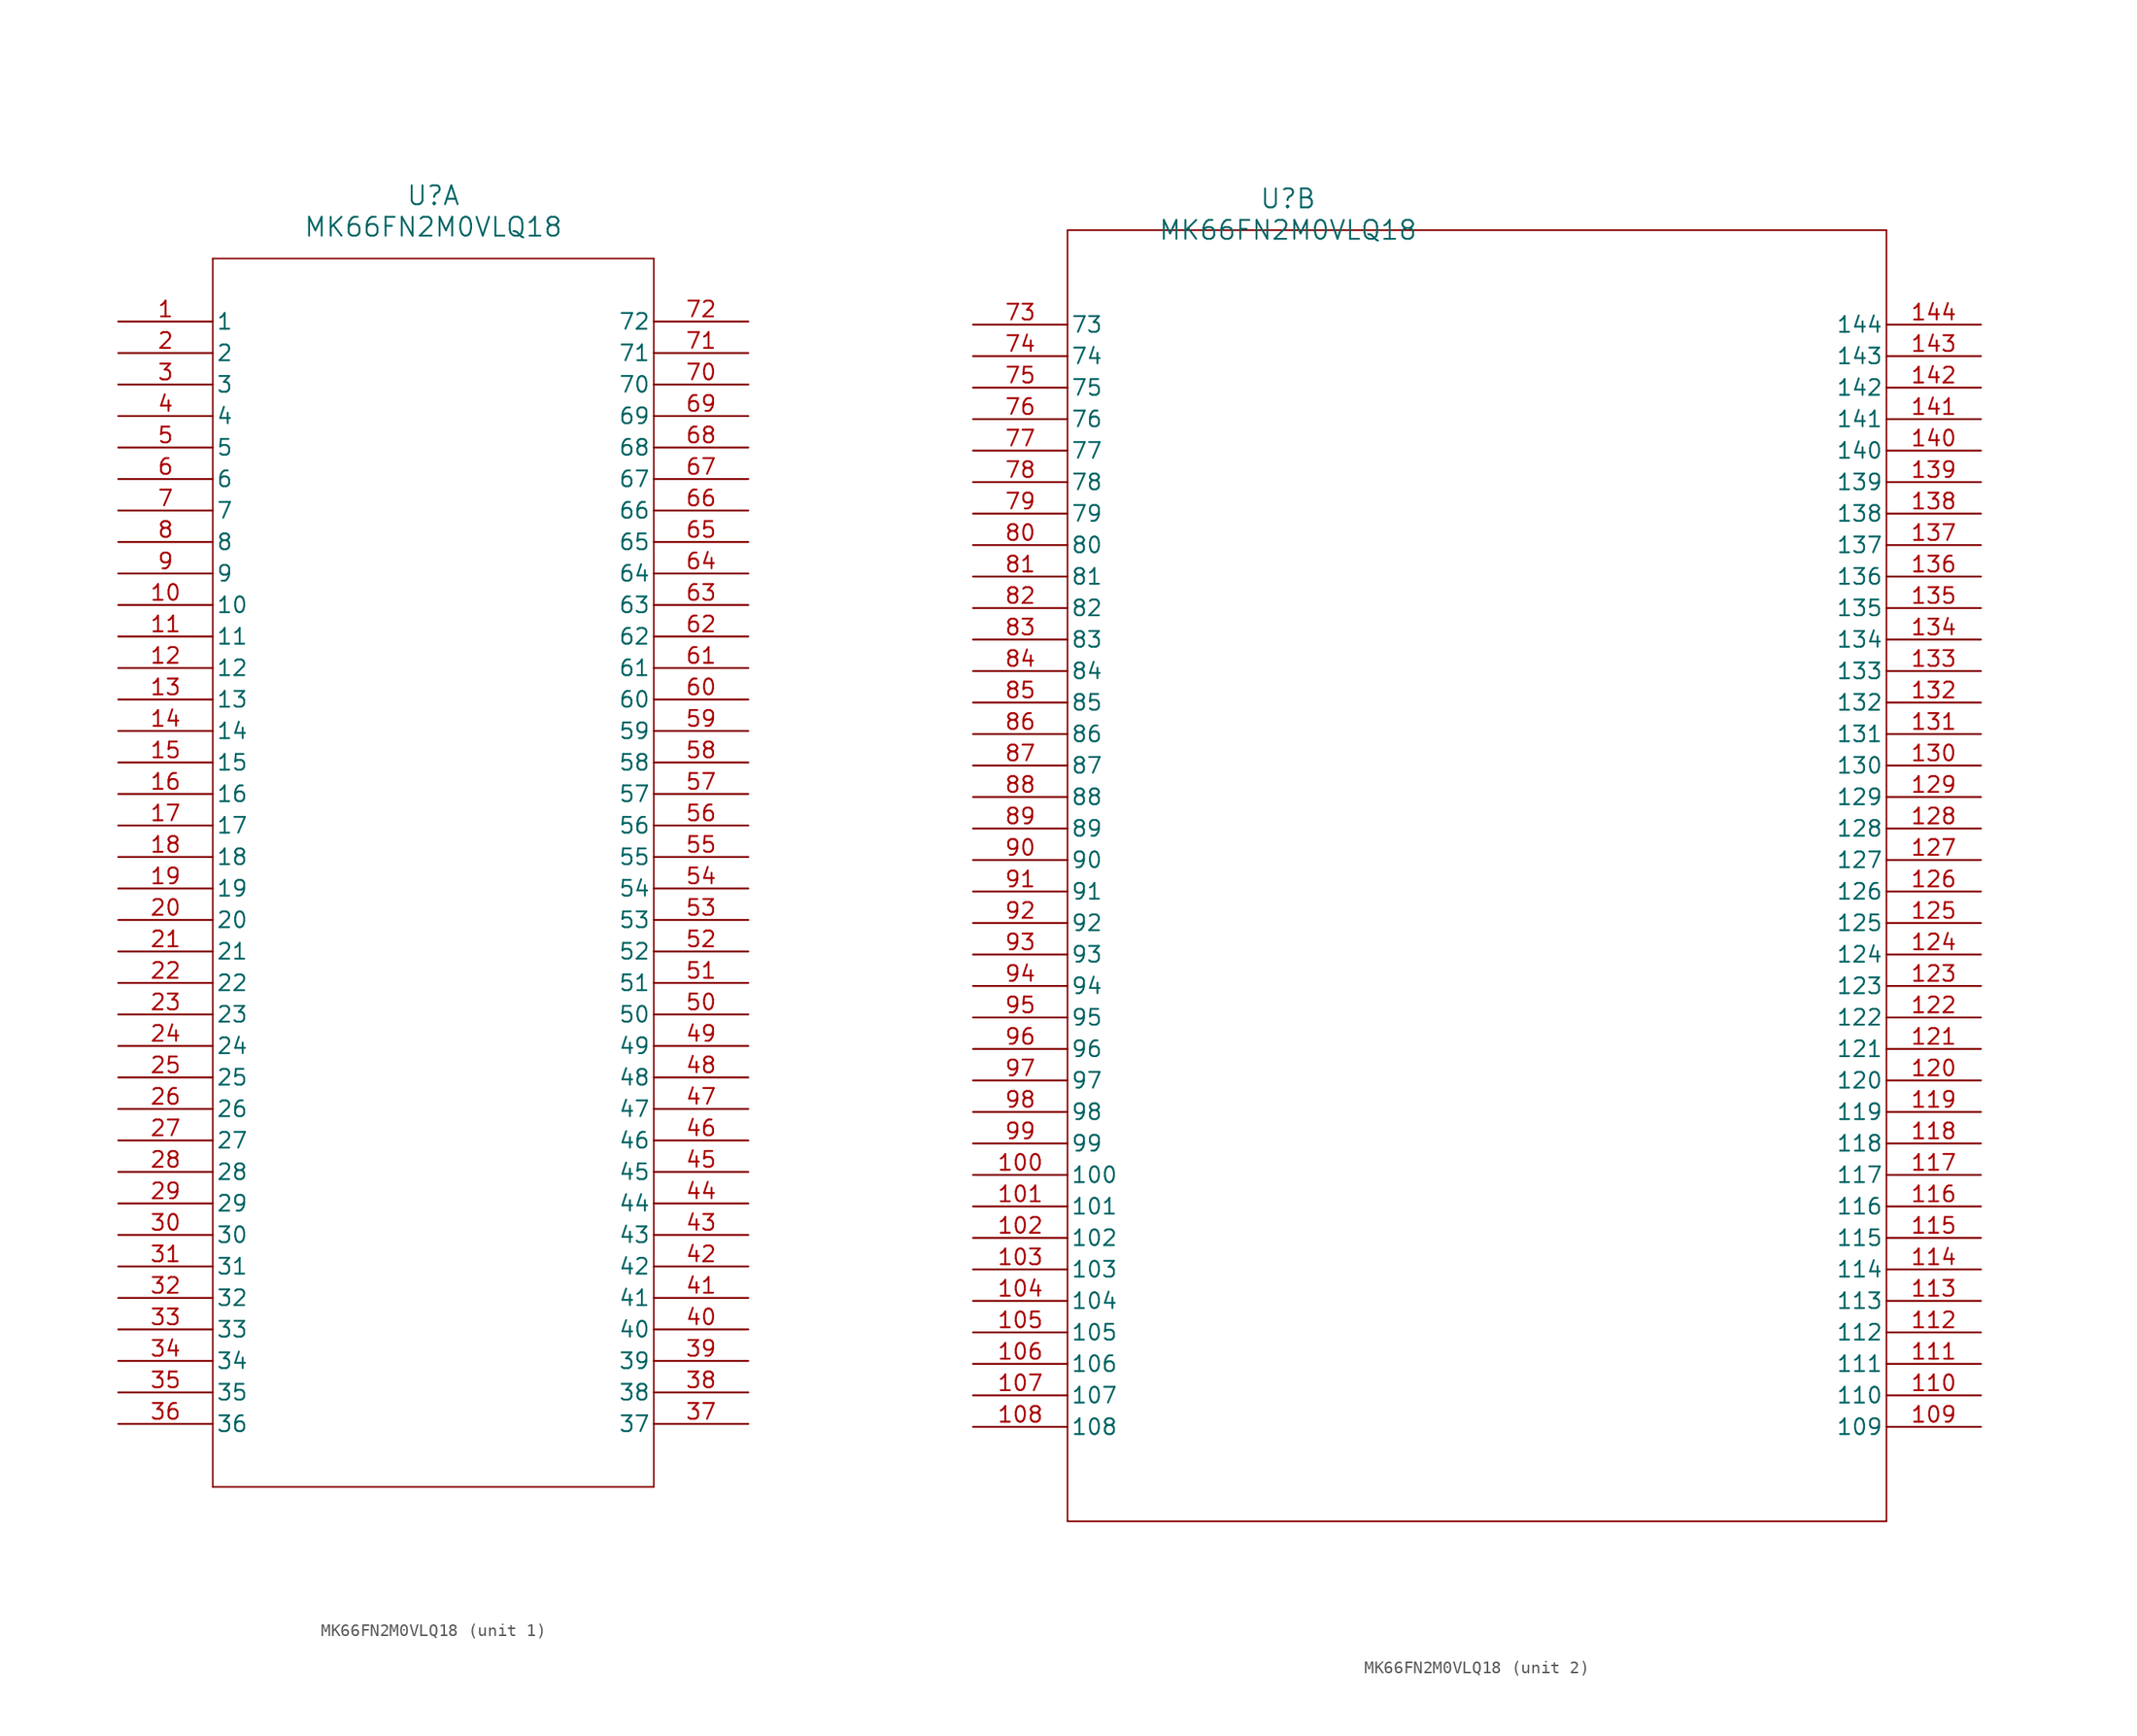
<source format=kicad_sym>
(kicad_symbol_lib
  (version 20231120)
  (generator "kicad_symbol_editor")
  (generator_version "8.0")
  (symbol "MK66FN2M0VLQ18"
    (pin_names
      (offset 0.254))
    (property "Reference" "U"
      (at 25.4 10.16 0)
      (effects (font (size 1.524 1.524))))
    (property "Value" "MK66FN2M0VLQ18"
      (at 25.4 7.62 0)
      (effects (font (size 1.524 1.524))))
    (property "ki_locked" ""
      (at 0 0 0)
      (effects (font (size 1.27 1.27))))
    (symbol "MK66FN2M0VLQ18_1_1"
      (polyline (pts (xy 7.62 -93.98) (xy 43.18 -93.98)) (stroke (width 0.127) (type default)) (fill (type none)))
      (polyline (pts (xy 7.62 5.08) (xy 7.62 -93.98)) (stroke (width 0.127) (type default)) (fill (type none)))
      (polyline (pts (xy 43.18 -93.98) (xy 43.18 5.08)) (stroke (width 0.127) (type default)) (fill (type none)))
      (polyline (pts (xy 43.18 5.08) (xy 7.62 5.08)) (stroke (width 0.127) (type default)) (fill (type none)))
      (pin unspecified line (at 0 0 0) (length 7.62) (name "1" (effects (font (size 1.27 1.27)))) (number "1" (effects (font (size 1.27 1.27)))))
      (pin unspecified line (at 0 -22.86 0) (length 7.62) (name "10" (effects (font (size 1.27 1.27)))) (number "10" (effects (font (size 1.27 1.27)))))
      (pin unspecified line (at 0 -25.4 0) (length 7.62) (name "11" (effects (font (size 1.27 1.27)))) (number "11" (effects (font (size 1.27 1.27)))))
      (pin unspecified line (at 0 -27.94 0) (length 7.62) (name "12" (effects (font (size 1.27 1.27)))) (number "12" (effects (font (size 1.27 1.27)))))
      (pin unspecified line (at 0 -30.48 0) (length 7.62) (name "13" (effects (font (size 1.27 1.27)))) (number "13" (effects (font (size 1.27 1.27)))))
      (pin unspecified line (at 0 -33.02 0) (length 7.62) (name "14" (effects (font (size 1.27 1.27)))) (number "14" (effects (font (size 1.27 1.27)))))
      (pin unspecified line (at 0 -35.56 0) (length 7.62) (name "15" (effects (font (size 1.27 1.27)))) (number "15" (effects (font (size 1.27 1.27)))))
      (pin power_in line (at 0 -38.1 0) (length 7.62) (name "16" (effects (font (size 1.27 1.27)))) (number "16" (effects (font (size 1.27 1.27)))))
      (pin power_in line (at 0 -40.64 0) (length 7.62) (name "17" (effects (font (size 1.27 1.27)))) (number "17" (effects (font (size 1.27 1.27)))))
      (pin power_in line (at 0 -43.18 0) (length 7.62) (name "18" (effects (font (size 1.27 1.27)))) (number "18" (effects (font (size 1.27 1.27)))))
      (pin unspecified line (at 0 -45.72 0) (length 7.62) (name "19" (effects (font (size 1.27 1.27)))) (number "19" (effects (font (size 1.27 1.27)))))
      (pin unspecified line (at 0 -2.54 0) (length 7.62) (name "2" (effects (font (size 1.27 1.27)))) (number "2" (effects (font (size 1.27 1.27)))))
      (pin unspecified line (at 0 -48.26 0) (length 7.62) (name "20" (effects (font (size 1.27 1.27)))) (number "20" (effects (font (size 1.27 1.27)))))
      (pin output line (at 0 -50.8 0) (length 7.62) (name "21" (effects (font (size 1.27 1.27)))) (number "21" (effects (font (size 1.27 1.27)))))
      (pin input line (at 0 -53.34 0) (length 7.62) (name "22" (effects (font (size 1.27 1.27)))) (number "22" (effects (font (size 1.27 1.27)))))
      (pin input line (at 0 -55.88 0) (length 7.62) (name "23" (effects (font (size 1.27 1.27)))) (number "23" (effects (font (size 1.27 1.27)))))
      (pin power_in line (at 0 -58.42 0) (length 7.62) (name "24" (effects (font (size 1.27 1.27)))) (number "24" (effects (font (size 1.27 1.27)))))
      (pin unspecified line (at 0 -60.96 0) (length 7.62) (name "25" (effects (font (size 1.27 1.27)))) (number "25" (effects (font (size 1.27 1.27)))))
      (pin unspecified line (at 0 -63.5 0) (length 7.62) (name "26" (effects (font (size 1.27 1.27)))) (number "26" (effects (font (size 1.27 1.27)))))
      (pin unspecified line (at 0 -66.04 0) (length 7.62) (name "27" (effects (font (size 1.27 1.27)))) (number "27" (effects (font (size 1.27 1.27)))))
      (pin unspecified line (at 0 -68.58 0) (length 7.62) (name "28" (effects (font (size 1.27 1.27)))) (number "28" (effects (font (size 1.27 1.27)))))
      (pin unspecified line (at 0 -71.12 0) (length 7.62) (name "29" (effects (font (size 1.27 1.27)))) (number "29" (effects (font (size 1.27 1.27)))))
      (pin unspecified line (at 0 -5.08 0) (length 7.62) (name "3" (effects (font (size 1.27 1.27)))) (number "3" (effects (font (size 1.27 1.27)))))
      (pin unspecified line (at 0 -73.66 0) (length 7.62) (name "30" (effects (font (size 1.27 1.27)))) (number "30" (effects (font (size 1.27 1.27)))))
      (pin power_in line (at 0 -76.2 0) (length 7.62) (name "31" (effects (font (size 1.27 1.27)))) (number "31" (effects (font (size 1.27 1.27)))))
      (pin power_in line (at 0 -78.74 0) (length 7.62) (name "32" (effects (font (size 1.27 1.27)))) (number "32" (effects (font (size 1.27 1.27)))))
      (pin power_in line (at 0 -81.28 0) (length 7.62) (name "33" (effects (font (size 1.27 1.27)))) (number "33" (effects (font (size 1.27 1.27)))))
      (pin power_in line (at 0 -83.82 0) (length 7.62) (name "34" (effects (font (size 1.27 1.27)))) (number "34" (effects (font (size 1.27 1.27)))))
      (pin unspecified line (at 0 -86.36 0) (length 7.62) (name "35" (effects (font (size 1.27 1.27)))) (number "35" (effects (font (size 1.27 1.27)))))
      (pin unspecified line (at 0 -88.9 0) (length 7.62) (name "36" (effects (font (size 1.27 1.27)))) (number "36" (effects (font (size 1.27 1.27)))))
      (pin unspecified line (at 50.8 -88.9 180) (length 7.62) (name "37" (effects (font (size 1.27 1.27)))) (number "37" (effects (font (size 1.27 1.27)))))
      (pin unspecified line (at 50.8 -86.36 180) (length 7.62) (name "38" (effects (font (size 1.27 1.27)))) (number "38" (effects (font (size 1.27 1.27)))))
      (pin unspecified line (at 50.8 -83.82 180) (length 7.62) (name "39" (effects (font (size 1.27 1.27)))) (number "39" (effects (font (size 1.27 1.27)))))
      (pin unspecified line (at 0 -7.62 0) (length 7.62) (name "4" (effects (font (size 1.27 1.27)))) (number "4" (effects (font (size 1.27 1.27)))))
      (pin unspecified line (at 50.8 -81.28 180) (length 7.62) (name "40" (effects (font (size 1.27 1.27)))) (number "40" (effects (font (size 1.27 1.27)))))
      (pin unspecified line (at 50.8 -78.74 180) (length 7.62) (name "41" (effects (font (size 1.27 1.27)))) (number "41" (effects (font (size 1.27 1.27)))))
      (pin power_in line (at 50.8 -76.2 180) (length 7.62) (name "42" (effects (font (size 1.27 1.27)))) (number "42" (effects (font (size 1.27 1.27)))))
      (pin power_in line (at 50.8 -73.66 180) (length 7.62) (name "43" (effects (font (size 1.27 1.27)))) (number "43" (effects (font (size 1.27 1.27)))))
      (pin power_in line (at 50.8 -71.12 180) (length 7.62) (name "44" (effects (font (size 1.27 1.27)))) (number "44" (effects (font (size 1.27 1.27)))))
      (pin unspecified line (at 50.8 -68.58 180) (length 7.62) (name "45" (effects (font (size 1.27 1.27)))) (number "45" (effects (font (size 1.27 1.27)))))
      (pin unspecified line (at 50.8 -66.04 180) (length 7.62) (name "46" (effects (font (size 1.27 1.27)))) (number "46" (effects (font (size 1.27 1.27)))))
      (pin unspecified line (at 50.8 -63.5 180) (length 7.62) (name "47" (effects (font (size 1.27 1.27)))) (number "47" (effects (font (size 1.27 1.27)))))
      (pin unspecified line (at 50.8 -60.96 180) (length 7.62) (name "48" (effects (font (size 1.27 1.27)))) (number "48" (effects (font (size 1.27 1.27)))))
      (pin unspecified line (at 50.8 -58.42 180) (length 7.62) (name "49" (effects (font (size 1.27 1.27)))) (number "49" (effects (font (size 1.27 1.27)))))
      (pin power_in line (at 0 -10.16 0) (length 7.62) (name "5" (effects (font (size 1.27 1.27)))) (number "5" (effects (font (size 1.27 1.27)))))
      (pin unspecified line (at 50.8 -55.88 180) (length 7.62) (name "50" (effects (font (size 1.27 1.27)))) (number "50" (effects (font (size 1.27 1.27)))))
      (pin unspecified line (at 50.8 -53.34 180) (length 7.62) (name "51" (effects (font (size 1.27 1.27)))) (number "51" (effects (font (size 1.27 1.27)))))
      (pin unspecified line (at 50.8 -50.8 180) (length 7.62) (name "52" (effects (font (size 1.27 1.27)))) (number "52" (effects (font (size 1.27 1.27)))))
      (pin unspecified line (at 50.8 -48.26 180) (length 7.62) (name "53" (effects (font (size 1.27 1.27)))) (number "53" (effects (font (size 1.27 1.27)))))
      (pin unspecified line (at 50.8 -45.72 180) (length 7.62) (name "54" (effects (font (size 1.27 1.27)))) (number "54" (effects (font (size 1.27 1.27)))))
      (pin unspecified line (at 50.8 -43.18 180) (length 7.62) (name "55" (effects (font (size 1.27 1.27)))) (number "55" (effects (font (size 1.27 1.27)))))
      (pin power_in line (at 50.8 -40.64 180) (length 7.62) (name "56" (effects (font (size 1.27 1.27)))) (number "56" (effects (font (size 1.27 1.27)))))
      (pin power_in line (at 50.8 -38.1 180) (length 7.62) (name "57" (effects (font (size 1.27 1.27)))) (number "57" (effects (font (size 1.27 1.27)))))
      (pin unspecified line (at 50.8 -35.56 180) (length 7.62) (name "58" (effects (font (size 1.27 1.27)))) (number "58" (effects (font (size 1.27 1.27)))))
      (pin unspecified line (at 50.8 -33.02 180) (length 7.62) (name "59" (effects (font (size 1.27 1.27)))) (number "59" (effects (font (size 1.27 1.27)))))
      (pin power_in line (at 0 -12.7 0) (length 7.62) (name "6" (effects (font (size 1.27 1.27)))) (number "6" (effects (font (size 1.27 1.27)))))
      (pin unspecified line (at 50.8 -30.48 180) (length 7.62) (name "60" (effects (font (size 1.27 1.27)))) (number "60" (effects (font (size 1.27 1.27)))))
      (pin unspecified line (at 50.8 -27.94 180) (length 7.62) (name "61" (effects (font (size 1.27 1.27)))) (number "61" (effects (font (size 1.27 1.27)))))
      (pin unspecified line (at 50.8 -25.4 180) (length 7.62) (name "62" (effects (font (size 1.27 1.27)))) (number "62" (effects (font (size 1.27 1.27)))))
      (pin unspecified line (at 50.8 -22.86 180) (length 7.62) (name "63" (effects (font (size 1.27 1.27)))) (number "63" (effects (font (size 1.27 1.27)))))
      (pin unspecified line (at 50.8 -20.32 180) (length 7.62) (name "64" (effects (font (size 1.27 1.27)))) (number "64" (effects (font (size 1.27 1.27)))))
      (pin unspecified line (at 50.8 -17.78 180) (length 7.62) (name "65" (effects (font (size 1.27 1.27)))) (number "65" (effects (font (size 1.27 1.27)))))
      (pin unspecified line (at 50.8 -15.24 180) (length 7.62) (name "66" (effects (font (size 1.27 1.27)))) (number "66" (effects (font (size 1.27 1.27)))))
      (pin unspecified line (at 50.8 -12.7 180) (length 7.62) (name "67" (effects (font (size 1.27 1.27)))) (number "67" (effects (font (size 1.27 1.27)))))
      (pin unspecified line (at 50.8 -10.16 180) (length 7.62) (name "68" (effects (font (size 1.27 1.27)))) (number "68" (effects (font (size 1.27 1.27)))))
      (pin unspecified line (at 50.8 -7.62 180) (length 7.62) (name "69" (effects (font (size 1.27 1.27)))) (number "69" (effects (font (size 1.27 1.27)))))
      (pin unspecified line (at 0 -15.24 0) (length 7.62) (name "7" (effects (font (size 1.27 1.27)))) (number "7" (effects (font (size 1.27 1.27)))))
      (pin power_in line (at 50.8 -5.08 180) (length 7.62) (name "70" (effects (font (size 1.27 1.27)))) (number "70" (effects (font (size 1.27 1.27)))))
      (pin power_in line (at 50.8 -2.54 180) (length 7.62) (name "71" (effects (font (size 1.27 1.27)))) (number "71" (effects (font (size 1.27 1.27)))))
      (pin unspecified line (at 50.8 0 180) (length 7.62) (name "72" (effects (font (size 1.27 1.27)))) (number "72" (effects (font (size 1.27 1.27)))))
      (pin unspecified line (at 0 -17.78 0) (length 7.62) (name "8" (effects (font (size 1.27 1.27)))) (number "8" (effects (font (size 1.27 1.27)))))
      (pin unspecified line (at 0 -20.32 0) (length 7.62) (name "9" (effects (font (size 1.27 1.27)))) (number "9" (effects (font (size 1.27 1.27))))))
    (symbol "MK66FN2M0VLQ18_2_1"
      (polyline (pts (xy 7.62 -96.52) (xy 73.66 -96.52)) (stroke (width 0.127) (type default)) (fill (type none)))
      (polyline (pts (xy 7.62 7.62) (xy 7.62 -96.52)) (stroke (width 0.127) (type default)) (fill (type none)))
      (polyline (pts (xy 73.66 -96.52) (xy 73.66 7.62)) (stroke (width 0.127) (type default)) (fill (type none)))
      (polyline (pts (xy 73.66 7.62) (xy 7.62 7.62)) (stroke (width 0.127) (type default)) (fill (type none)))
      (pin unspecified line (at 0 -68.58 0) (length 7.62) (name "100" (effects (font (size 1.27 1.27)))) (number "100" (effects (font (size 1.27 1.27)))))
      (pin unspecified line (at 0 -71.12 0) (length 7.62) (name "101" (effects (font (size 1.27 1.27)))) (number "101" (effects (font (size 1.27 1.27)))))
      (pin unspecified line (at 0 -73.66 0) (length 7.62) (name "102" (effects (font (size 1.27 1.27)))) (number "102" (effects (font (size 1.27 1.27)))))
      (pin unspecified line (at 0 -76.2 0) (length 7.62) (name "103" (effects (font (size 1.27 1.27)))) (number "103" (effects (font (size 1.27 1.27)))))
      (pin unspecified line (at 0 -78.74 0) (length 7.62) (name "104" (effects (font (size 1.27 1.27)))) (number "104" (effects (font (size 1.27 1.27)))))
      (pin unspecified line (at 0 -81.28 0) (length 7.62) (name "105" (effects (font (size 1.27 1.27)))) (number "105" (effects (font (size 1.27 1.27)))))
      (pin unspecified line (at 0 -83.82 0) (length 7.62) (name "106" (effects (font (size 1.27 1.27)))) (number "106" (effects (font (size 1.27 1.27)))))
      (pin power_in line (at 0 -86.36 0) (length 7.62) (name "107" (effects (font (size 1.27 1.27)))) (number "107" (effects (font (size 1.27 1.27)))))
      (pin power_in line (at 0 -88.9 0) (length 7.62) (name "108" (effects (font (size 1.27 1.27)))) (number "108" (effects (font (size 1.27 1.27)))))
      (pin unspecified line (at 81.28 -88.9 180) (length 7.62) (name "109" (effects (font (size 1.27 1.27)))) (number "109" (effects (font (size 1.27 1.27)))))
      (pin unspecified line (at 81.28 -86.36 180) (length 7.62) (name "110" (effects (font (size 1.27 1.27)))) (number "110" (effects (font (size 1.27 1.27)))))
      (pin unspecified line (at 81.28 -83.82 180) (length 7.62) (name "111" (effects (font (size 1.27 1.27)))) (number "111" (effects (font (size 1.27 1.27)))))
      (pin unspecified line (at 81.28 -81.28 180) (length 7.62) (name "112" (effects (font (size 1.27 1.27)))) (number "112" (effects (font (size 1.27 1.27)))))
      (pin unspecified line (at 81.28 -78.74 180) (length 7.62) (name "113" (effects (font (size 1.27 1.27)))) (number "113" (effects (font (size 1.27 1.27)))))
      (pin unspecified line (at 81.28 -76.2 180) (length 7.62) (name "114" (effects (font (size 1.27 1.27)))) (number "114" (effects (font (size 1.27 1.27)))))
      (pin unspecified line (at 81.28 -73.66 180) (length 7.62) (name "115" (effects (font (size 1.27 1.27)))) (number "115" (effects (font (size 1.27 1.27)))))
      (pin unspecified line (at 81.28 -71.12 180) (length 7.62) (name "116" (effects (font (size 1.27 1.27)))) (number "116" (effects (font (size 1.27 1.27)))))
      (pin unspecified line (at 81.28 -68.58 180) (length 7.62) (name "117" (effects (font (size 1.27 1.27)))) (number "117" (effects (font (size 1.27 1.27)))))
      (pin unspecified line (at 81.28 -66.04 180) (length 7.62) (name "118" (effects (font (size 1.27 1.27)))) (number "118" (effects (font (size 1.27 1.27)))))
      (pin unspecified line (at 81.28 -63.5 180) (length 7.62) (name "119" (effects (font (size 1.27 1.27)))) (number "119" (effects (font (size 1.27 1.27)))))
      (pin unspecified line (at 81.28 -60.96 180) (length 7.62) (name "120" (effects (font (size 1.27 1.27)))) (number "120" (effects (font (size 1.27 1.27)))))
      (pin power_in line (at 81.28 -58.42 180) (length 7.62) (name "121" (effects (font (size 1.27 1.27)))) (number "121" (effects (font (size 1.27 1.27)))))
      (pin power_in line (at 81.28 -55.88 180) (length 7.62) (name "122" (effects (font (size 1.27 1.27)))) (number "122" (effects (font (size 1.27 1.27)))))
      (pin unspecified line (at 81.28 -53.34 180) (length 7.62) (name "123" (effects (font (size 1.27 1.27)))) (number "123" (effects (font (size 1.27 1.27)))))
      (pin unspecified line (at 81.28 -50.8 180) (length 7.62) (name "124" (effects (font (size 1.27 1.27)))) (number "124" (effects (font (size 1.27 1.27)))))
      (pin unspecified line (at 81.28 -48.26 180) (length 7.62) (name "125" (effects (font (size 1.27 1.27)))) (number "125" (effects (font (size 1.27 1.27)))))
      (pin unspecified line (at 81.28 -45.72 180) (length 7.62) (name "126" (effects (font (size 1.27 1.27)))) (number "126" (effects (font (size 1.27 1.27)))))
      (pin unspecified line (at 81.28 -43.18 180) (length 7.62) (name "127" (effects (font (size 1.27 1.27)))) (number "127" (effects (font (size 1.27 1.27)))))
      (pin unspecified line (at 81.28 -40.64 180) (length 7.62) (name "128" (effects (font (size 1.27 1.27)))) (number "128" (effects (font (size 1.27 1.27)))))
      (pin unspecified line (at 81.28 -38.1 180) (length 7.62) (name "129" (effects (font (size 1.27 1.27)))) (number "129" (effects (font (size 1.27 1.27)))))
      (pin unspecified line (at 81.28 -35.56 180) (length 7.62) (name "130" (effects (font (size 1.27 1.27)))) (number "130" (effects (font (size 1.27 1.27)))))
      (pin unspecified line (at 81.28 -33.02 180) (length 7.62) (name "131" (effects (font (size 1.27 1.27)))) (number "131" (effects (font (size 1.27 1.27)))))
      (pin unspecified line (at 81.28 -30.48 180) (length 7.62) (name "132" (effects (font (size 1.27 1.27)))) (number "132" (effects (font (size 1.27 1.27)))))
      (pin unspecified line (at 81.28 -27.94 180) (length 7.62) (name "133" (effects (font (size 1.27 1.27)))) (number "133" (effects (font (size 1.27 1.27)))))
      (pin power_in line (at 81.28 -25.4 180) (length 7.62) (name "134" (effects (font (size 1.27 1.27)))) (number "134" (effects (font (size 1.27 1.27)))))
      (pin power_in line (at 81.28 -22.86 180) (length 7.62) (name "135" (effects (font (size 1.27 1.27)))) (number "135" (effects (font (size 1.27 1.27)))))
      (pin unspecified line (at 81.28 -20.32 180) (length 7.62) (name "136" (effects (font (size 1.27 1.27)))) (number "136" (effects (font (size 1.27 1.27)))))
      (pin unspecified line (at 81.28 -17.78 180) (length 7.62) (name "137" (effects (font (size 1.27 1.27)))) (number "137" (effects (font (size 1.27 1.27)))))
      (pin unspecified line (at 81.28 -15.24 180) (length 7.62) (name "138" (effects (font (size 1.27 1.27)))) (number "138" (effects (font (size 1.27 1.27)))))
      (pin unspecified line (at 81.28 -12.7 180) (length 7.62) (name "139" (effects (font (size 1.27 1.27)))) (number "139" (effects (font (size 1.27 1.27)))))
      (pin unspecified line (at 81.28 -10.16 180) (length 7.62) (name "140" (effects (font (size 1.27 1.27)))) (number "140" (effects (font (size 1.27 1.27)))))
      (pin unspecified line (at 81.28 -7.62 180) (length 7.62) (name "141" (effects (font (size 1.27 1.27)))) (number "141" (effects (font (size 1.27 1.27)))))
      (pin unspecified line (at 81.28 -5.08 180) (length 7.62) (name "142" (effects (font (size 1.27 1.27)))) (number "142" (effects (font (size 1.27 1.27)))))
      (pin unspecified line (at 81.28 -2.54 180) (length 7.62) (name "143" (effects (font (size 1.27 1.27)))) (number "143" (effects (font (size 1.27 1.27)))))
      (pin unspecified line (at 81.28 0 180) (length 7.62) (name "144" (effects (font (size 1.27 1.27)))) (number "144" (effects (font (size 1.27 1.27)))))
      (pin unspecified line (at 0 0 0) (length 7.62) (name "73" (effects (font (size 1.27 1.27)))) (number "73" (effects (font (size 1.27 1.27)))))
      (pin unspecified line (at 0 -2.54 0) (length 7.62) (name "74" (effects (font (size 1.27 1.27)))) (number "74" (effects (font (size 1.27 1.27)))))
      (pin unspecified line (at 0 -5.08 0) (length 7.62) (name "75" (effects (font (size 1.27 1.27)))) (number "75" (effects (font (size 1.27 1.27)))))
      (pin unspecified line (at 0 -7.62 0) (length 7.62) (name "76" (effects (font (size 1.27 1.27)))) (number "76" (effects (font (size 1.27 1.27)))))
      (pin unspecified line (at 0 -10.16 0) (length 7.62) (name "77" (effects (font (size 1.27 1.27)))) (number "77" (effects (font (size 1.27 1.27)))))
      (pin unspecified line (at 0 -12.7 0) (length 7.62) (name "78" (effects (font (size 1.27 1.27)))) (number "78" (effects (font (size 1.27 1.27)))))
      (pin unspecified line (at 0 -15.24 0) (length 7.62) (name "79" (effects (font (size 1.27 1.27)))) (number "79" (effects (font (size 1.27 1.27)))))
      (pin unspecified line (at 0 -17.78 0) (length 7.62) (name "80" (effects (font (size 1.27 1.27)))) (number "80" (effects (font (size 1.27 1.27)))))
      (pin unspecified line (at 0 -20.32 0) (length 7.62) (name "81" (effects (font (size 1.27 1.27)))) (number "81" (effects (font (size 1.27 1.27)))))
      (pin unspecified line (at 0 -22.86 0) (length 7.62) (name "82" (effects (font (size 1.27 1.27)))) (number "82" (effects (font (size 1.27 1.27)))))
      (pin unspecified line (at 0 -25.4 0) (length 7.62) (name "83" (effects (font (size 1.27 1.27)))) (number "83" (effects (font (size 1.27 1.27)))))
      (pin unspecified line (at 0 -27.94 0) (length 7.62) (name "84" (effects (font (size 1.27 1.27)))) (number "84" (effects (font (size 1.27 1.27)))))
      (pin unspecified line (at 0 -30.48 0) (length 7.62) (name "85" (effects (font (size 1.27 1.27)))) (number "85" (effects (font (size 1.27 1.27)))))
      (pin unspecified line (at 0 -33.02 0) (length 7.62) (name "86" (effects (font (size 1.27 1.27)))) (number "86" (effects (font (size 1.27 1.27)))))
      (pin unspecified line (at 0 -35.56 0) (length 7.62) (name "87" (effects (font (size 1.27 1.27)))) (number "87" (effects (font (size 1.27 1.27)))))
      (pin unspecified line (at 0 -38.1 0) (length 7.62) (name "88" (effects (font (size 1.27 1.27)))) (number "88" (effects (font (size 1.27 1.27)))))
      (pin unspecified line (at 0 -40.64 0) (length 7.62) (name "89" (effects (font (size 1.27 1.27)))) (number "89" (effects (font (size 1.27 1.27)))))
      (pin unspecified line (at 0 -43.18 0) (length 7.62) (name "90" (effects (font (size 1.27 1.27)))) (number "90" (effects (font (size 1.27 1.27)))))
      (pin unspecified line (at 0 -45.72 0) (length 7.62) (name "91" (effects (font (size 1.27 1.27)))) (number "91" (effects (font (size 1.27 1.27)))))
      (pin unspecified line (at 0 -48.26 0) (length 7.62) (name "92" (effects (font (size 1.27 1.27)))) (number "92" (effects (font (size 1.27 1.27)))))
      (pin power_in line (at 0 -50.8 0) (length 7.62) (name "93" (effects (font (size 1.27 1.27)))) (number "93" (effects (font (size 1.27 1.27)))))
      (pin power_in line (at 0 -53.34 0) (length 7.62) (name "94" (effects (font (size 1.27 1.27)))) (number "94" (effects (font (size 1.27 1.27)))))
      (pin unspecified line (at 0 -55.88 0) (length 7.62) (name "95" (effects (font (size 1.27 1.27)))) (number "95" (effects (font (size 1.27 1.27)))))
      (pin unspecified line (at 0 -58.42 0) (length 7.62) (name "96" (effects (font (size 1.27 1.27)))) (number "96" (effects (font (size 1.27 1.27)))))
      (pin unspecified line (at 0 -60.96 0) (length 7.62) (name "97" (effects (font (size 1.27 1.27)))) (number "97" (effects (font (size 1.27 1.27)))))
      (pin unspecified line (at 0 -63.5 0) (length 7.62) (name "98" (effects (font (size 1.27 1.27)))) (number "98" (effects (font (size 1.27 1.27)))))
      (pin unspecified line (at 0 -66.04 0) (length 7.62) (name "99" (effects (font (size 1.27 1.27)))) (number "99" (effects (font (size 1.27 1.27))))))))
</source>
